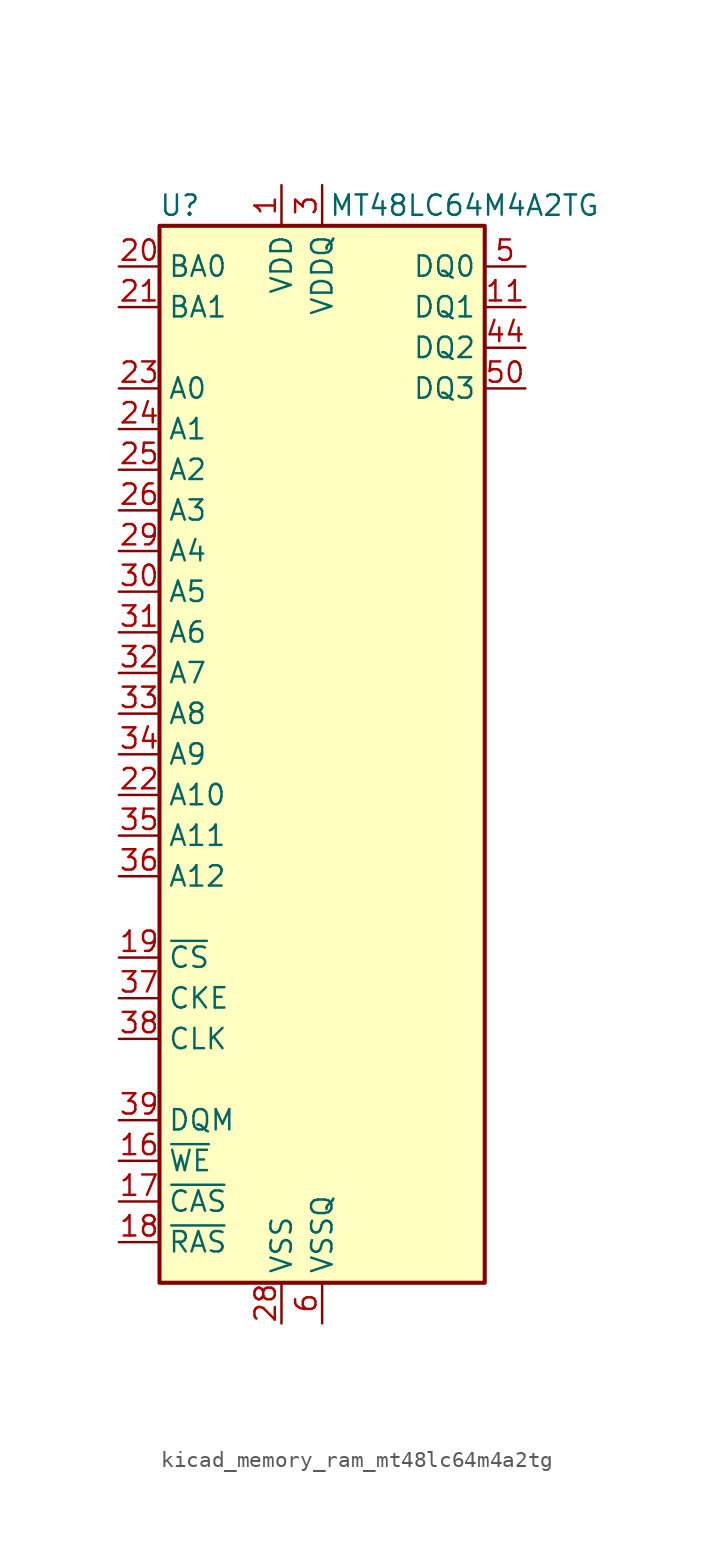
<source format=kicad_sym>
(kicad_symbol_lib
  (version 20220914)
  (generator kicad_symbol_editor)
  (symbol "kicad_memory_ram_mt48lc64m4a2tg"
    (property "Reference" "U"
      (at -8.89 34.29 0)
      (effects (font (size 1.27 1.27))))
    (property "Value" "MT48LC64M4A2TG"
      (at 8.89 34.29 0)
      (effects (font (size 1.27 1.27))))
    (symbol "kicad_memory_ram_mt48lc64m4a2tg_0_1"
      (rectangle (start -10.16 33.02) (end 10.16 -33.02) (stroke (width 0.254) (type default)) (fill (type background))))
    (symbol "kicad_memory_ram_mt48lc64m4a2tg_1_1"
      (pin power_in line (at -2.54 35.56 270) (length 2.54) (name "VDD" (effects (font (size 1.27 1.27)))) (number "1" (effects (font (size 1.27 1.27)))))
      (pin no_connect line (at 10.16 2.54 180) (length 2.54) hide (name "NC" (effects (font (size 1.27 1.27)))) (number "10" (effects (font (size 1.27 1.27)))))
      (pin bidirectional line (at 12.7 27.94 180) (length 2.54) (name "DQ1" (effects (font (size 1.27 1.27)))) (number "11" (effects (font (size 1.27 1.27)))))
      (pin passive line (at 0 -35.56 90) (length 2.54) hide (name "VSSQ" (effects (font (size 1.27 1.27)))) (number "12" (effects (font (size 1.27 1.27)))))
      (pin no_connect line (at 10.16 7.62 180) (length 2.54) hide (name "NC" (effects (font (size 1.27 1.27)))) (number "13" (effects (font (size 1.27 1.27)))))
      (pin passive line (at -2.54 35.56 270) (length 2.54) hide (name "VDD" (effects (font (size 1.27 1.27)))) (number "14" (effects (font (size 1.27 1.27)))))
      (pin no_connect line (at -10.16 -20.32 0) (length 2.54) hide (name "NC" (effects (font (size 1.27 1.27)))) (number "15" (effects (font (size 1.27 1.27)))))
      (pin input line (at -12.7 -25.4 0) (length 2.54) (name "~{WE}" (effects (font (size 1.27 1.27)))) (number "16" (effects (font (size 1.27 1.27)))))
      (pin input line (at -12.7 -27.94 0) (length 2.54) (name "~{CAS}" (effects (font (size 1.27 1.27)))) (number "17" (effects (font (size 1.27 1.27)))))
      (pin input line (at -12.7 -30.48 0) (length 2.54) (name "~{RAS}" (effects (font (size 1.27 1.27)))) (number "18" (effects (font (size 1.27 1.27)))))
      (pin input line (at -12.7 -12.7 0) (length 2.54) (name "~{CS}" (effects (font (size 1.27 1.27)))) (number "19" (effects (font (size 1.27 1.27)))))
      (pin no_connect line (at 10.16 12.7 180) (length 2.54) hide (name "NC" (effects (font (size 1.27 1.27)))) (number "2" (effects (font (size 1.27 1.27)))))
      (pin input line (at -12.7 30.48 0) (length 2.54) (name "BA0" (effects (font (size 1.27 1.27)))) (number "20" (effects (font (size 1.27 1.27)))))
      (pin input line (at -12.7 27.94 0) (length 2.54) (name "BA1" (effects (font (size 1.27 1.27)))) (number "21" (effects (font (size 1.27 1.27)))))
      (pin input line (at -12.7 -2.54 0) (length 2.54) (name "A10" (effects (font (size 1.27 1.27)))) (number "22" (effects (font (size 1.27 1.27)))))
      (pin input line (at -12.7 22.86 0) (length 2.54) (name "A0" (effects (font (size 1.27 1.27)))) (number "23" (effects (font (size 1.27 1.27)))))
      (pin input line (at -12.7 20.32 0) (length 2.54) (name "A1" (effects (font (size 1.27 1.27)))) (number "24" (effects (font (size 1.27 1.27)))))
      (pin input line (at -12.7 17.78 0) (length 2.54) (name "A2" (effects (font (size 1.27 1.27)))) (number "25" (effects (font (size 1.27 1.27)))))
      (pin input line (at -12.7 15.24 0) (length 2.54) (name "A3" (effects (font (size 1.27 1.27)))) (number "26" (effects (font (size 1.27 1.27)))))
      (pin passive line (at -2.54 35.56 270) (length 2.54) hide (name "VDD" (effects (font (size 1.27 1.27)))) (number "27" (effects (font (size 1.27 1.27)))))
      (pin power_in line (at -2.54 -35.56 90) (length 2.54) (name "VSS" (effects (font (size 1.27 1.27)))) (number "28" (effects (font (size 1.27 1.27)))))
      (pin input line (at -12.7 12.7 0) (length 2.54) (name "A4" (effects (font (size 1.27 1.27)))) (number "29" (effects (font (size 1.27 1.27)))))
      (pin power_in line (at 0 35.56 270) (length 2.54) (name "VDDQ" (effects (font (size 1.27 1.27)))) (number "3" (effects (font (size 1.27 1.27)))))
      (pin input line (at -12.7 10.16 0) (length 2.54) (name "A5" (effects (font (size 1.27 1.27)))) (number "30" (effects (font (size 1.27 1.27)))))
      (pin input line (at -12.7 7.62 0) (length 2.54) (name "A6" (effects (font (size 1.27 1.27)))) (number "31" (effects (font (size 1.27 1.27)))))
      (pin input line (at -12.7 5.08 0) (length 2.54) (name "A7" (effects (font (size 1.27 1.27)))) (number "32" (effects (font (size 1.27 1.27)))))
      (pin input line (at -12.7 2.54 0) (length 2.54) (name "A8" (effects (font (size 1.27 1.27)))) (number "33" (effects (font (size 1.27 1.27)))))
      (pin input line (at -12.7 0 0) (length 2.54) (name "A9" (effects (font (size 1.27 1.27)))) (number "34" (effects (font (size 1.27 1.27)))))
      (pin input line (at -12.7 -5.08 0) (length 2.54) (name "A11" (effects (font (size 1.27 1.27)))) (number "35" (effects (font (size 1.27 1.27)))))
      (pin input line (at -12.7 -7.62 0) (length 2.54) (name "A12" (effects (font (size 1.27 1.27)))) (number "36" (effects (font (size 1.27 1.27)))))
      (pin input line (at -12.7 -15.24 0) (length 2.54) (name "CKE" (effects (font (size 1.27 1.27)))) (number "37" (effects (font (size 1.27 1.27)))))
      (pin input line (at -12.7 -17.78 0) (length 2.54) (name "CLK" (effects (font (size 1.27 1.27)))) (number "38" (effects (font (size 1.27 1.27)))))
      (pin input line (at -12.7 -22.86 0) (length 2.54) (name "DQM" (effects (font (size 1.27 1.27)))) (number "39" (effects (font (size 1.27 1.27)))))
      (pin no_connect line (at 10.16 -7.62 180) (length 2.54) hide (name "NC" (effects (font (size 1.27 1.27)))) (number "4" (effects (font (size 1.27 1.27)))))
      (pin no_connect line (at 10.16 -20.32 180) (length 2.54) hide (name "NC" (effects (font (size 1.27 1.27)))) (number "40" (effects (font (size 1.27 1.27)))))
      (pin passive line (at -2.54 -35.56 90) (length 2.54) hide (name "VSS" (effects (font (size 1.27 1.27)))) (number "41" (effects (font (size 1.27 1.27)))))
      (pin no_connect line (at 10.16 10.16 180) (length 2.54) hide (name "NC" (effects (font (size 1.27 1.27)))) (number "42" (effects (font (size 1.27 1.27)))))
      (pin passive line (at 0 35.56 270) (length 2.54) hide (name "VDDQ" (effects (font (size 1.27 1.27)))) (number "43" (effects (font (size 1.27 1.27)))))
      (pin bidirectional line (at 12.7 25.4 180) (length 2.54) (name "DQ2" (effects (font (size 1.27 1.27)))) (number "44" (effects (font (size 1.27 1.27)))))
      (pin no_connect line (at 10.16 5.08 180) (length 2.54) hide (name "NC" (effects (font (size 1.27 1.27)))) (number "45" (effects (font (size 1.27 1.27)))))
      (pin passive line (at 0 -35.56 90) (length 2.54) hide (name "VSSQ" (effects (font (size 1.27 1.27)))) (number "46" (effects (font (size 1.27 1.27)))))
      (pin no_connect line (at 10.16 17.78 180) (length 2.54) hide (name "NC" (effects (font (size 1.27 1.27)))) (number "47" (effects (font (size 1.27 1.27)))))
      (pin no_connect line (at 10.16 0 180) (length 2.54) hide (name "NC" (effects (font (size 1.27 1.27)))) (number "48" (effects (font (size 1.27 1.27)))))
      (pin passive line (at 0 35.56 270) (length 2.54) hide (name "VDDQ" (effects (font (size 1.27 1.27)))) (number "49" (effects (font (size 1.27 1.27)))))
      (pin bidirectional line (at 12.7 30.48 180) (length 2.54) (name "DQ0" (effects (font (size 1.27 1.27)))) (number "5" (effects (font (size 1.27 1.27)))))
      (pin bidirectional line (at 12.7 22.86 180) (length 2.54) (name "DQ3" (effects (font (size 1.27 1.27)))) (number "50" (effects (font (size 1.27 1.27)))))
      (pin no_connect line (at 10.16 -5.08 180) (length 2.54) hide (name "NC" (effects (font (size 1.27 1.27)))) (number "51" (effects (font (size 1.27 1.27)))))
      (pin passive line (at 0 -35.56 90) (length 2.54) hide (name "VSSQ" (effects (font (size 1.27 1.27)))) (number "52" (effects (font (size 1.27 1.27)))))
      (pin no_connect line (at 10.16 20.32 180) (length 2.54) hide (name "NC" (effects (font (size 1.27 1.27)))) (number "53" (effects (font (size 1.27 1.27)))))
      (pin passive line (at -2.54 -35.56 90) (length 2.54) hide (name "VSS" (effects (font (size 1.27 1.27)))) (number "54" (effects (font (size 1.27 1.27)))))
      (pin power_in line (at 0 -35.56 90) (length 2.54) (name "VSSQ" (effects (font (size 1.27 1.27)))) (number "6" (effects (font (size 1.27 1.27)))))
      (pin no_connect line (at 10.16 -2.54 180) (length 2.54) hide (name "NC" (effects (font (size 1.27 1.27)))) (number "7" (effects (font (size 1.27 1.27)))))
      (pin no_connect line (at 10.16 15.24 180) (length 2.54) hide (name "NC" (effects (font (size 1.27 1.27)))) (number "8" (effects (font (size 1.27 1.27)))))
      (pin passive line (at 0 35.56 270) (length 2.54) hide (name "VDDQ" (effects (font (size 1.27 1.27)))) (number "9" (effects (font (size 1.27 1.27))))))))
</source>
